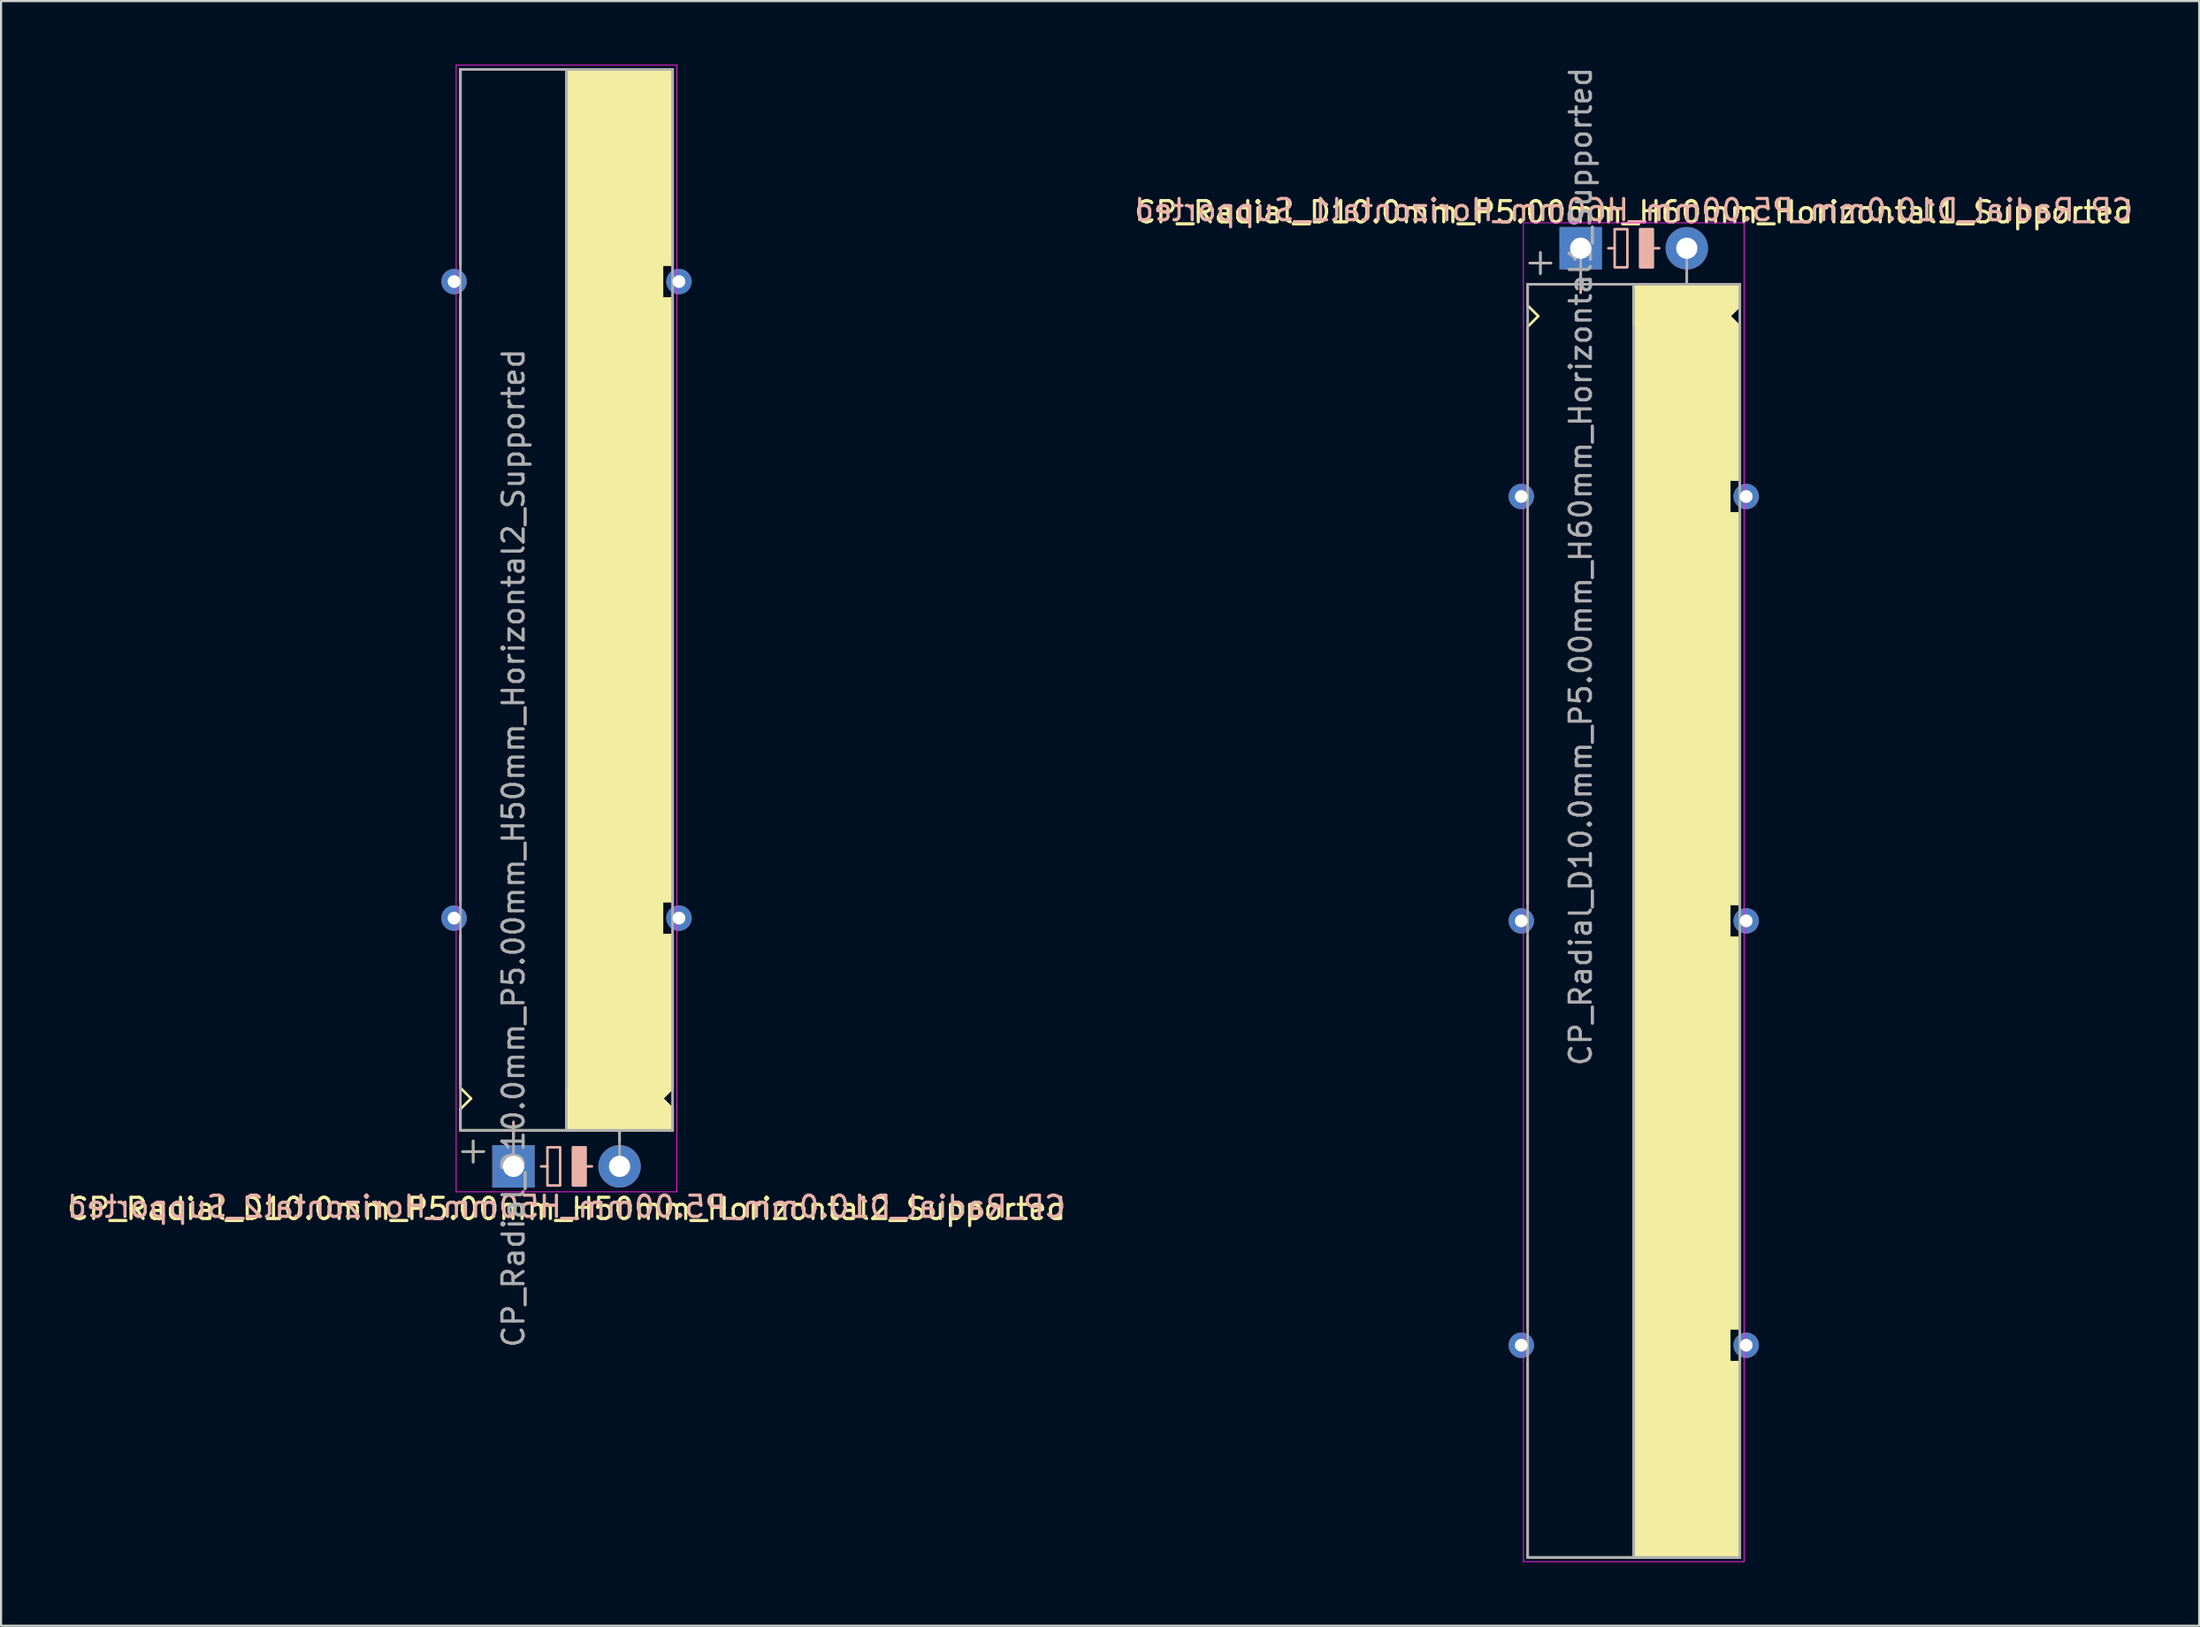
<source format=kicad_pcb>
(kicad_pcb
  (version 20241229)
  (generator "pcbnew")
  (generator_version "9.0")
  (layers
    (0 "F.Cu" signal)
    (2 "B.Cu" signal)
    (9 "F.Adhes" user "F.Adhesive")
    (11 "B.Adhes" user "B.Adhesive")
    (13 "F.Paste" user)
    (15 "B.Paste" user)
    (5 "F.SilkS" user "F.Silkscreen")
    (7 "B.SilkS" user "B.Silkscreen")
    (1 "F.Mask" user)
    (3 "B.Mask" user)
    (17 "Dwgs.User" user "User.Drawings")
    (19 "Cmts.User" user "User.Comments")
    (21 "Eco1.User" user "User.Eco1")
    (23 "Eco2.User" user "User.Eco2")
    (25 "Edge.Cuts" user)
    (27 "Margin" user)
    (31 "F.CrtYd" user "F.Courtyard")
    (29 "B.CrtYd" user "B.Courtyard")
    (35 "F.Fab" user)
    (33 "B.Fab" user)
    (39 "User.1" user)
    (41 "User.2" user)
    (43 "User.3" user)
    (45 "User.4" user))
  (footprint "CP_Radial_D10.0mm_P5.00mm_H50mm_Horizontal2_Supported"
    (layer "F.Cu")
    (at 21.149 51.92)
    (property "Reference" "CP_Radial_D10.0mm_P5.00mm_H50mm_Horizontal2_Supported" (at 2.5 2 0) (layer "F.SilkS") (effects (font (size 1 1) (thickness 0.15))))
    (fp_line (start -2.5 -51.7) (end 7.5 -51.7) (stroke (width 0.12) (type solid)) (layer "F.SilkS"))
    (fp_line (start -2.5 -42.5) (end -2.5 -51.7) (stroke (width 0.12) (type solid)) (layer "F.SilkS"))
    (fp_line (start -2.5 -12.5) (end -2.5 -40.9) (stroke (width 0.12) (type solid)) (layer "F.SilkS"))
    (fp_line (start -2.5 -3.8) (end -2.5 -10.9) (stroke (width 0.12) (type solid)) (layer "F.SilkS"))
    (fp_line (start -2.5 -2.7) (end -2 -3.2) (stroke (width 0.12) (type solid)) (layer "F.SilkS"))
    (fp_line (start -2.5 -1.7) (end -2.5 -2.7) (stroke (width 0.12) (type solid)) (layer "F.SilkS"))
    (fp_line (start -2 -3.2) (end -2.5 -3.7) (stroke (width 0.12) (type solid)) (layer "F.SilkS"))
    (fp_line (start -1.9 -1.2) (end -1.9 -0.2) (stroke (width 0.12) (type solid)) (layer "F.SilkS"))
    (fp_line (start -1.4 -0.7) (end -2.4 -0.7) (stroke (width 0.12) (type solid)) (layer "F.SilkS"))
    (fp_line (start 0 -1.7) (end 0 -1.2) (stroke (width 0.12) (type solid)) (layer "F.SilkS"))
    (fp_line (start 2.5 -51.7) (end 2.5 -1.7) (stroke (width 0.12) (type solid)) (layer "F.SilkS"))
    (fp_line (start 2.5 -1.7) (end -2.5 -1.7) (stroke (width 0.12) (type solid)) (layer "F.SilkS"))
    (fp_line (start 5 -1.7) (end 5 -1.2) (stroke (width 0.12) (type solid)) (layer "F.SilkS"))
    (fp_line (start 7 -42.5) (end 7.5 -42.5) (stroke (width 0.12) (type solid)) (layer "F.SilkS"))
    (fp_line (start 7 -40.9) (end 7 -42.5) (stroke (width 0.12) (type solid)) (layer "F.SilkS"))
    (fp_line (start 7 -12.5) (end 7.5 -12.5) (stroke (width 0.12) (type solid)) (layer "F.SilkS"))
    (fp_line (start 7 -10.9) (end 7 -12.5) (stroke (width 0.12) (type solid)) (layer "F.SilkS"))
    (fp_line (start 7 -3.2) (end 7.5 -3.7) (stroke (width 0.12) (type solid)) (layer "F.SilkS"))
    (fp_line (start 7.5 -42.5) (end 7.5 -51.7) (stroke (width 0.12) (type solid)) (layer "F.SilkS"))
    (fp_line (start 7.5 -40.9) (end 7 -40.9) (stroke (width 0.12) (type solid)) (layer "F.SilkS"))
    (fp_line (start 7.5 -12.5) (end 7.5 -40.9) (stroke (width 0.12) (type solid)) (layer "F.SilkS"))
    (fp_line (start 7.5 -10.9) (end 7 -10.9) (stroke (width 0.12) (type solid)) (layer "F.SilkS"))
    (fp_line (start 7.5 -3.7) (end 7.5 -10.9) (stroke (width 0.12) (type solid)) (layer "F.SilkS"))
    (fp_line (start 7.5 -2.7) (end 7 -3.2) (stroke (width 0.12) (type solid)) (layer "F.SilkS"))
    (fp_line (start 7.5 -1.7) (end 2.5 -1.7) (stroke (width 0.12) (type solid)) (layer "F.SilkS"))
    (fp_line (start 7.5 -1.7) (end 7.5 -2.7) (stroke (width 0.12) (type solid)) (layer "F.SilkS"))
    (fp_poly (pts (xy 7.5 -2.7) (xy 7 -3.2) (xy 7.5 -3.7) (xy 7.5 -10.9) (xy 7 -10.9) (xy 7 -12.5) (xy 7.5 -12.5) (xy 7.5 -40.9) (xy 7 -40.9) (xy 7 -42.5) (xy 7.5 -42.5) (xy 7.5 -51.7) (xy 2.5 -51.7) (xy 2.5 -1.7) (xy 7.5 -1.7)) (stroke (width 0.1) (type solid)) (fill yes) (layer "F.SilkS"))
    (fp_line (start 0 -2.1) (end 0 -1.3) (stroke (width 0.12) (type solid)) (layer "B.SilkS"))
    (fp_line (start 0.4 -1.7) (end -0.4 -1.7) (stroke (width 0.12) (type solid)) (layer "B.SilkS"))
    (fp_line (start 1.6 0) (end 1.3 0) (stroke (width 0.12) (type solid)) (layer "B.SilkS"))
    (fp_line (start 3.7 0) (end 3.4 0) (stroke (width 0.12) (type solid)) (layer "B.SilkS"))
    (fp_rect (start 2.2 -0.9) (end 1.6 0.9) (stroke (width 0.12) (type solid)) (fill no) (layer "B.SilkS"))
    (fp_rect (start 3.4 -0.9) (end 2.8 0.9) (stroke (width 0.12) (type solid)) (fill yes) (layer "B.SilkS"))
    (fp_line (start -2.7 -51.9) (end -2.7 1.2) (stroke (width 0.04) (type solid)) (layer "F.CrtYd"))
    (fp_line (start -2.7 1.2) (end 5.3 1.2) (stroke (width 0.04) (type solid)) (layer "F.CrtYd"))
    (fp_line (start 5.3 1.2) (end 7.7 1.2) (stroke (width 0.04) (type solid)) (layer "F.CrtYd"))
    (fp_line (start 7.7 -51.9) (end -2.7 -51.9) (stroke (width 0.04) (type solid)) (layer "F.CrtYd"))
    (fp_line (start 7.7 1.2) (end 7.7 -51.9) (stroke (width 0.04) (type solid)) (layer "F.CrtYd"))
    (fp_line (start -2.5 -51.7) (end 7.5 -51.7) (stroke (width 0.12) (type solid)) (layer "F.Fab"))
    (fp_line (start -2.5 -1.7) (end -2.5 -51.7) (stroke (width 0.12) (type solid)) (layer "F.Fab"))
    (fp_line (start -2.4 -0.7) (end -1.4 -0.7) (stroke (width 0.1) (type solid)) (layer "F.Fab"))
    (fp_line (start -1.9 -0.2) (end -1.9 -1.2) (stroke (width 0.1) (type solid)) (layer "F.Fab"))
    (fp_line (start 0 -1.7) (end 0 0) (stroke (width 0.12) (type solid)) (layer "F.Fab"))
    (fp_line (start 2.5 -3.7) (end 2.5 -51.7) (stroke (width 0.12) (type solid)) (layer "F.Fab"))
    (fp_line (start 5 -1.7) (end 5 0) (stroke (width 0.12) (type solid)) (layer "F.Fab"))
    (fp_line (start 7.5 -51.7) (end 7.5 -1.7) (stroke (width 0.12) (type solid)) (layer "F.Fab"))
    (fp_line (start 7.5 -1.7) (end -2.5 -1.7) (stroke (width 0.12) (type solid)) (layer "F.Fab"))
    (fp_poly (pts (xy 7.5 -51.7) (xy 2.5 -51.7) (xy 2.5 -1.7) (xy 7.5 -1.7)) (stroke (width 0.1) (type solid)) (fill no) (layer "F.Fab"))
    (fp_text user "${REFERENCE}" (at 2.5 1.9 0) (layer "B.SilkS") (effects (font (size 1 1) (thickness 0.15)) (justify mirror)))
    (fp_text user "${REFERENCE}" (at 0 -15 90) (layer "F.Fab") (effects (font (size 1 1) (thickness 0.15))))
    (pad "1" thru_hole rect (at 0 0) (size 2 2) (drill 1) (layers "*.Cu" "*.Mask"))
    (pad "2" thru_hole circle (at 5 0) (size 2 2) (drill 1) (layers "*.Cu" "*.Mask"))
    (pad "~" thru_hole circle (at -2.8 -41.7 180) (size 1.2 1.2) (drill 0.6) (layers "*.Cu" "*.Mask"))
    (pad "~" thru_hole circle (at -2.8 -11.7) (size 1.2 1.2) (drill 0.6) (layers "*.Cu" "*.Mask"))
    (pad "~" thru_hole circle (at 7.8 -41.7 180) (size 1.2 1.2) (drill 0.6) (layers "*.Cu" "*.Mask"))
    (pad "~" thru_hole circle (at 7.8 -11.7 180) (size 1.2 1.2) (drill 0.6) (layers "*.Cu" "*.Mask")))
  (footprint "CP_Radial_D10.0mm_P5.00mm_H60mm_Horizontal1_Supported"
    (layer "F.Cu")
    (at 71.446 8.649)
    (property "Reference" "CP_Radial_D10.0mm_P5.00mm_H60mm_Horizontal1_Supported" (at 2.5 -1.7 0) (layer "F.SilkS") (effects (font (size 1 1) (thickness 0.15))))
    (fp_line (start -2.5 1.7) (end -2.5 2.7) (stroke (width 0.12) (type solid)) (layer "F.SilkS"))
    (fp_line (start -2.5 2.7) (end -2 3.2) (stroke (width 0.12) (type solid)) (layer "F.SilkS"))
    (fp_line (start -2.5 3.8) (end -2.5 10.9) (stroke (width 0.12) (type solid)) (layer "F.SilkS"))
    (fp_line (start -2.5 12.5) (end -2.5 30.9) (stroke (width 0.12) (type solid)) (layer "F.SilkS"))
    (fp_line (start -2.5 50.9) (end -2.5 32.5) (stroke (width 0.12) (type solid)) (layer "F.SilkS"))
    (fp_line (start -2.5 52.5) (end -2.5 61.7) (stroke (width 0.12) (type solid)) (layer "F.SilkS"))
    (fp_line (start -2.5 61.7) (end 7.5 61.7) (stroke (width 0.12) (type solid)) (layer "F.SilkS"))
    (fp_line (start -2 3.2) (end -2.5 3.7) (stroke (width 0.12) (type solid)) (layer "F.SilkS"))
    (fp_line (start -1.9 0.2) (end -1.9 1.2) (stroke (width 0.12) (type solid)) (layer "F.SilkS"))
    (fp_line (start -1.4 0.7) (end -2.4 0.7) (stroke (width 0.12) (type solid)) (layer "F.SilkS"))
    (fp_line (start 0 1.7) (end 0 1.2) (stroke (width 0.12) (type solid)) (layer "F.SilkS"))
    (fp_line (start 2.5 1.7) (end -2.5 1.7) (stroke (width 0.12) (type solid)) (layer "F.SilkS"))
    (fp_line (start 2.5 61.7) (end 2.5 1.7) (stroke (width 0.12) (type solid)) (layer "F.SilkS"))
    (fp_line (start 5 1.7) (end 5 1.2) (stroke (width 0.12) (type solid)) (layer "F.SilkS"))
    (fp_line (start 7 3.2) (end 7.5 3.7) (stroke (width 0.12) (type solid)) (layer "F.SilkS"))
    (fp_line (start 7 10.9) (end 7 12.5) (stroke (width 0.12) (type solid)) (layer "F.SilkS"))
    (fp_line (start 7 12.5) (end 7.5 12.5) (stroke (width 0.12) (type solid)) (layer "F.SilkS"))
    (fp_line (start 7 30.9) (end 7 32.5) (stroke (width 0.12) (type solid)) (layer "F.SilkS"))
    (fp_line (start 7 32.5) (end 7.5 32.5) (stroke (width 0.12) (type solid)) (layer "F.SilkS"))
    (fp_line (start 7 50.9) (end 7 52.5) (stroke (width 0.12) (type solid)) (layer "F.SilkS"))
    (fp_line (start 7 52.5) (end 7.5 52.5) (stroke (width 0.12) (type solid)) (layer "F.SilkS"))
    (fp_line (start 7.5 1.7) (end 2.5 1.7) (stroke (width 0.12) (type solid)) (layer "F.SilkS"))
    (fp_line (start 7.5 1.7) (end 7.5 2.7) (stroke (width 0.12) (type solid)) (layer "F.SilkS"))
    (fp_line (start 7.5 2.7) (end 7 3.2) (stroke (width 0.12) (type solid)) (layer "F.SilkS"))
    (fp_line (start 7.5 3.7) (end 7.5 10.9) (stroke (width 0.12) (type solid)) (layer "F.SilkS"))
    (fp_line (start 7.5 10.9) (end 7 10.9) (stroke (width 0.12) (type solid)) (layer "F.SilkS"))
    (fp_line (start 7.5 12.5) (end 7.5 30.9) (stroke (width 0.12) (type solid)) (layer "F.SilkS"))
    (fp_line (start 7.5 30.9) (end 7 30.9) (stroke (width 0.12) (type solid)) (layer "F.SilkS"))
    (fp_line (start 7.5 50.9) (end 7 50.9) (stroke (width 0.12) (type solid)) (layer "F.SilkS"))
    (fp_line (start 7.5 50.9) (end 7.5 32.5) (stroke (width 0.12) (type solid)) (layer "F.SilkS"))
    (fp_line (start 7.5 52.5) (end 7.5 61.7) (stroke (width 0.12) (type solid)) (layer "F.SilkS"))
    (fp_poly (pts (xy 7.5 2.7) (xy 7 3.2) (xy 7.5 3.7) (xy 7.5 10.9) (xy 7 10.9) (xy 7 12.5) (xy 7.5 12.5) (xy 7.5 30.9) (xy 7 30.9) (xy 7 32.5) (xy 7.5 32.5) (xy 7.5 50.9) (xy 7 50.9) (xy 7 52.5) (xy 7.5 52.5) (xy 7.5 61.7) (xy 2.5 61.7) (xy 2.5 1.7) (xy 7.5 1.7)) (stroke (width 0.1) (type solid)) (fill yes) (layer "F.SilkS"))
    (fp_line (start 0 1.3) (end 0 2.1) (stroke (width 0.12) (type solid)) (layer "B.SilkS"))
    (fp_line (start 0.4 1.7) (end -0.4 1.7) (stroke (width 0.12) (type solid)) (layer "B.SilkS"))
    (fp_line (start 1.6 0) (end 1.3 0) (stroke (width 0.12) (type solid)) (layer "B.SilkS"))
    (fp_line (start 3.7 0) (end 3.4 0) (stroke (width 0.12) (type solid)) (layer "B.SilkS"))
    (fp_rect (start 2.2 -0.9) (end 1.6 0.9) (stroke (width 0.12) (type solid)) (fill no) (layer "B.SilkS"))
    (fp_rect (start 3.4 -0.9) (end 2.8 0.9) (stroke (width 0.12) (type solid)) (fill yes) (layer "B.SilkS"))
    (fp_line (start -2.7 -1.2) (end 5.3 -1.2) (stroke (width 0.04) (type solid)) (layer "F.CrtYd"))
    (fp_line (start -2.7 61.9) (end -2.7 -1.2) (stroke (width 0.04) (type solid)) (layer "F.CrtYd"))
    (fp_line (start 5.3 -1.2) (end 7.7 -1.2) (stroke (width 0.04) (type solid)) (layer "F.CrtYd"))
    (fp_line (start 7.7 -1.2) (end 7.7 61.9) (stroke (width 0.04) (type solid)) (layer "F.CrtYd"))
    (fp_line (start 7.7 61.9) (end -2.7 61.9) (stroke (width 0.04) (type solid)) (layer "F.CrtYd"))
    (fp_line (start -2.5 1.7) (end -2.5 61.7) (stroke (width 0.12) (type solid)) (layer "F.Fab"))
    (fp_line (start -2.5 61.7) (end 7.5 61.7) (stroke (width 0.12) (type solid)) (layer "F.Fab"))
    (fp_line (start -2.4 0.7) (end -1.4 0.7) (stroke (width 0.1) (type solid)) (layer "F.Fab"))
    (fp_line (start -1.9 1.2) (end -1.9 0.2) (stroke (width 0.1) (type solid)) (layer "F.Fab"))
    (fp_line (start 0 1.7) (end 0 0) (stroke (width 0.12) (type solid)) (layer "F.Fab"))
    (fp_line (start 2.5 3.7) (end 2.5 61.7) (stroke (width 0.12) (type solid)) (layer "F.Fab"))
    (fp_line (start 5 1.7) (end 5 0) (stroke (width 0.12) (type solid)) (layer "F.Fab"))
    (fp_line (start 7.5 1.7) (end -2.5 1.7) (stroke (width 0.12) (type solid)) (layer "F.Fab"))
    (fp_line (start 7.5 61.7) (end 7.5 1.7) (stroke (width 0.12) (type solid)) (layer "F.Fab"))
    (fp_poly (pts (xy 7.5 61.7) (xy 2.5 61.7) (xy 2.5 1.7) (xy 7.5 1.7)) (stroke (width 0.1) (type solid)) (fill no) (layer "F.Fab"))
    (fp_text user "${REFERENCE}" (at 2.5 -1.8 0) (layer "B.SilkS") (effects (font (size 1 1) (thickness 0.15)) (justify mirror)))
    (fp_text user "${REFERENCE}" (at 0 15 90) (layer "F.Fab") (effects (font (size 1 1) (thickness 0.15))))
    (pad "1" thru_hole rect (at 0 0) (size 2 2) (drill 1) (layers "*.Cu" "*.Mask"))
    (pad "2" thru_hole circle (at 5 0) (size 2 2) (drill 1) (layers "*.Cu" "*.Mask"))
    (pad "~" thru_hole circle (at -2.8 11.7 180) (size 1.2 1.2) (drill 0.6) (layers "*.Cu" "*.Mask"))
    (pad "~" thru_hole circle (at -2.8 31.7 180) (size 1.2 1.2) (drill 0.6) (layers "*.Cu" "*.Mask"))
    (pad "~" thru_hole circle (at -2.8 51.7) (size 1.2 1.2) (drill 0.6) (layers "*.Cu" "*.Mask"))
    (pad "~" thru_hole circle (at 7.8 11.7) (size 1.2 1.2) (drill 0.6) (layers "*.Cu" "*.Mask"))
    (pad "~" thru_hole circle (at 7.8 31.7) (size 1.2 1.2) (drill 0.6) (layers "*.Cu" "*.Mask"))
    (pad "~" thru_hole circle (at 7.8 51.7) (size 1.2 1.2) (drill 0.6) (layers "*.Cu" "*.Mask")))
  (gr_rect
    (start -3 -3)
    (end 100.595 73.569)
    (stroke (width 0.1) (type default))
    (fill no)
    (layer "Edge.Cuts")))
</source>
